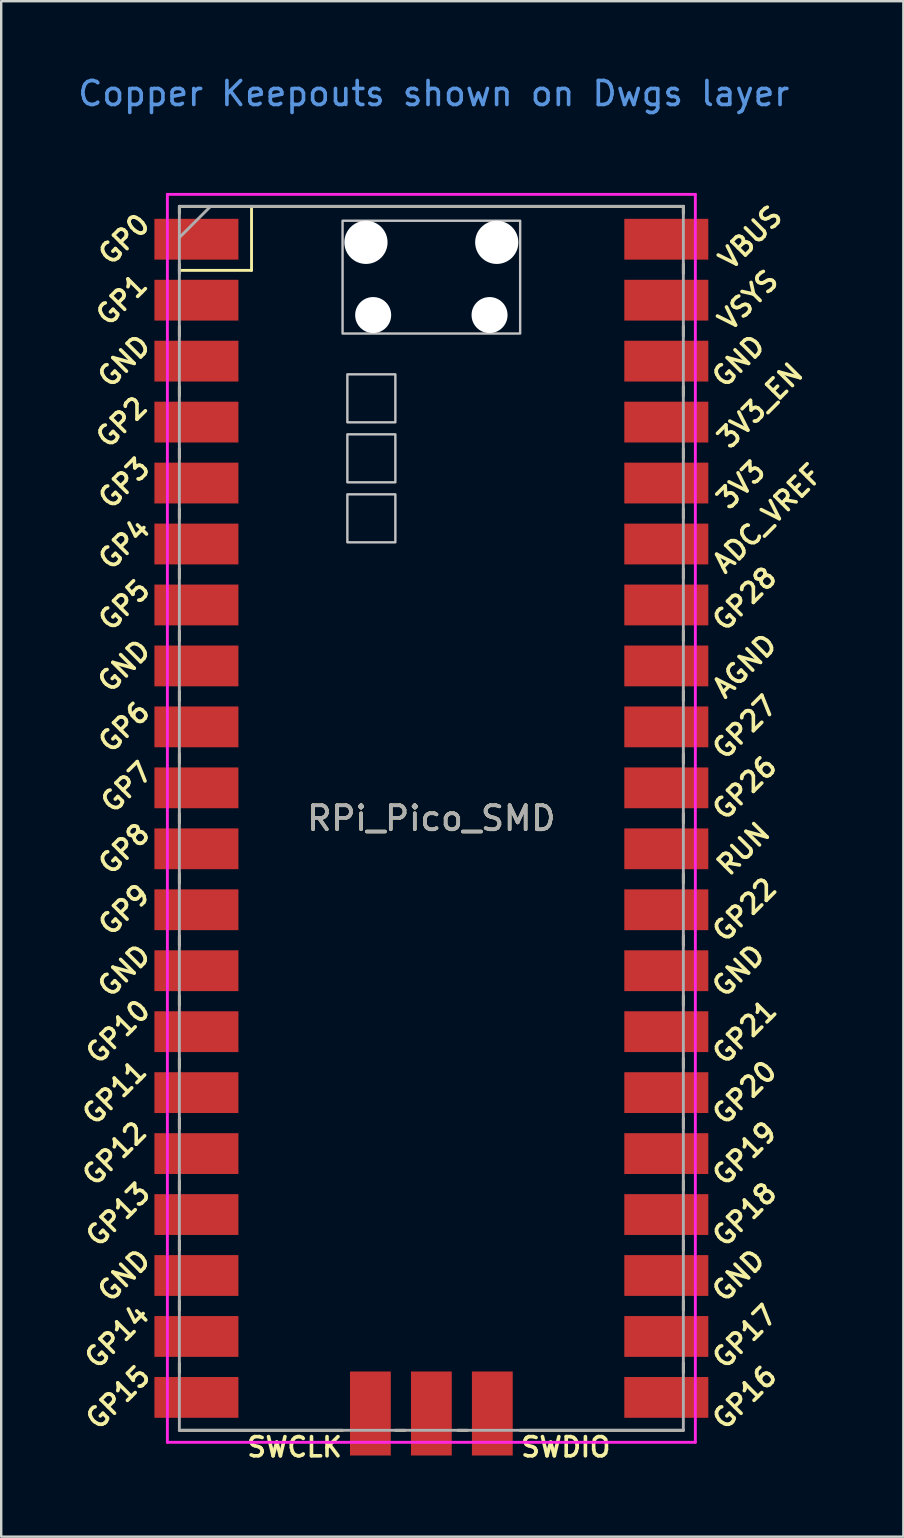
<source format=kicad_pcb>
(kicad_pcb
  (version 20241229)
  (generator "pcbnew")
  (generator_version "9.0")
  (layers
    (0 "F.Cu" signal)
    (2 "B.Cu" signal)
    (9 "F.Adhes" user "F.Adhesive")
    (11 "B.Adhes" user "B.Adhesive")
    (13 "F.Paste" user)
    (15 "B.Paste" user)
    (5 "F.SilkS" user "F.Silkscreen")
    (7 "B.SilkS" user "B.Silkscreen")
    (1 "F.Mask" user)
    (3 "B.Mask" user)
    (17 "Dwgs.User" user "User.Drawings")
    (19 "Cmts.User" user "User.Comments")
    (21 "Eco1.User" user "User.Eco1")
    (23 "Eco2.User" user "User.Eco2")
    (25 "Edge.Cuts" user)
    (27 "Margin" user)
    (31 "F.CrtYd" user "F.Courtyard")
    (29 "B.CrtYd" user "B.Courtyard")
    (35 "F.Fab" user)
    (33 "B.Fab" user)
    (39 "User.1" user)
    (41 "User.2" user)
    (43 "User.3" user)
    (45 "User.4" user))
  (footprint "RPi_Pico_SMD"
    (layer "F.Cu")
    (at 14.924 31.048)
    (property "Reference" "RPi_Pico_SMD" (at 0 0 0) (layer "F.SilkS") (effects (font (size 1 1) (thickness 0.15))))
    (attr through_hole)
    (fp_line (start -10.5 -25.5) (end -10.5 -25.2) (stroke (width 0.12) (type solid)) (layer "F.SilkS"))
    (fp_line (start -10.5 -25.5) (end 10.5 -25.5) (stroke (width 0.12) (type solid)) (layer "F.SilkS"))
    (fp_line (start -10.5 -23.1) (end -10.5 -22.7) (stroke (width 0.12) (type solid)) (layer "F.SilkS"))
    (fp_line (start -10.5 -22.833) (end -7.493 -22.833) (stroke (width 0.12) (type solid)) (layer "F.SilkS"))
    (fp_line (start -10.5 -20.5) (end -10.5 -20.1) (stroke (width 0.12) (type solid)) (layer "F.SilkS"))
    (fp_line (start -10.5 -18) (end -10.5 -17.6) (stroke (width 0.12) (type solid)) (layer "F.SilkS"))
    (fp_line (start -10.5 -15.4) (end -10.5 -15) (stroke (width 0.12) (type solid)) (layer "F.SilkS"))
    (fp_line (start -10.5 -12.9) (end -10.5 -12.5) (stroke (width 0.12) (type solid)) (layer "F.SilkS"))
    (fp_line (start -10.5 -10.4) (end -10.5 -10) (stroke (width 0.12) (type solid)) (layer "F.SilkS"))
    (fp_line (start -10.5 -7.8) (end -10.5 -7.4) (stroke (width 0.12) (type solid)) (layer "F.SilkS"))
    (fp_line (start -10.5 -5.3) (end -10.5 -4.9) (stroke (width 0.12) (type solid)) (layer "F.SilkS"))
    (fp_line (start -10.5 -2.7) (end -10.5 -2.3) (stroke (width 0.12) (type solid)) (layer "F.SilkS"))
    (fp_line (start -10.5 -0.2) (end -10.5 0.2) (stroke (width 0.12) (type solid)) (layer "F.SilkS"))
    (fp_line (start -10.5 2.3) (end -10.5 2.7) (stroke (width 0.12) (type solid)) (layer "F.SilkS"))
    (fp_line (start -10.5 4.9) (end -10.5 5.3) (stroke (width 0.12) (type solid)) (layer "F.SilkS"))
    (fp_line (start -10.5 7.4) (end -10.5 7.8) (stroke (width 0.12) (type solid)) (layer "F.SilkS"))
    (fp_line (start -10.5 10) (end -10.5 10.4) (stroke (width 0.12) (type solid)) (layer "F.SilkS"))
    (fp_line (start -10.5 12.5) (end -10.5 12.9) (stroke (width 0.12) (type solid)) (layer "F.SilkS"))
    (fp_line (start -10.5 15.1) (end -10.5 15.5) (stroke (width 0.12) (type solid)) (layer "F.SilkS"))
    (fp_line (start -10.5 17.6) (end -10.5 18) (stroke (width 0.12) (type solid)) (layer "F.SilkS"))
    (fp_line (start -10.5 20.1) (end -10.5 20.5) (stroke (width 0.12) (type solid)) (layer "F.SilkS"))
    (fp_line (start -10.5 22.7) (end -10.5 23.1) (stroke (width 0.12) (type solid)) (layer "F.SilkS"))
    (fp_line (start -7.493 -22.833) (end -7.493 -25.5) (stroke (width 0.12) (type solid)) (layer "F.SilkS"))
    (fp_line (start -3.7 25.5) (end -10.5 25.5) (stroke (width 0.12) (type solid)) (layer "F.SilkS"))
    (fp_line (start -1.5 25.5) (end -1.1 25.5) (stroke (width 0.12) (type solid)) (layer "F.SilkS"))
    (fp_line (start 1.1 25.5) (end 1.5 25.5) (stroke (width 0.12) (type solid)) (layer "F.SilkS"))
    (fp_line (start 10.5 -25.5) (end 10.5 -25.2) (stroke (width 0.12) (type solid)) (layer "F.SilkS"))
    (fp_line (start 10.5 -23.1) (end 10.5 -22.7) (stroke (width 0.12) (type solid)) (layer "F.SilkS"))
    (fp_line (start 10.5 -20.5) (end 10.5 -20.1) (stroke (width 0.12) (type solid)) (layer "F.SilkS"))
    (fp_line (start 10.5 -18) (end 10.5 -17.6) (stroke (width 0.12) (type solid)) (layer "F.SilkS"))
    (fp_line (start 10.5 -15.4) (end 10.5 -15) (stroke (width 0.12) (type solid)) (layer "F.SilkS"))
    (fp_line (start 10.5 -12.9) (end 10.5 -12.5) (stroke (width 0.12) (type solid)) (layer "F.SilkS"))
    (fp_line (start 10.5 -10.4) (end 10.5 -10) (stroke (width 0.12) (type solid)) (layer "F.SilkS"))
    (fp_line (start 10.5 -7.8) (end 10.5 -7.4) (stroke (width 0.12) (type solid)) (layer "F.SilkS"))
    (fp_line (start 10.5 -5.3) (end 10.5 -4.9) (stroke (width 0.12) (type solid)) (layer "F.SilkS"))
    (fp_line (start 10.5 -2.7) (end 10.5 -2.3) (stroke (width 0.12) (type solid)) (layer "F.SilkS"))
    (fp_line (start 10.5 -0.2) (end 10.5 0.2) (stroke (width 0.12) (type solid)) (layer "F.SilkS"))
    (fp_line (start 10.5 2.3) (end 10.5 2.7) (stroke (width 0.12) (type solid)) (layer "F.SilkS"))
    (fp_line (start 10.5 4.9) (end 10.5 5.3) (stroke (width 0.12) (type solid)) (layer "F.SilkS"))
    (fp_line (start 10.5 7.4) (end 10.5 7.8) (stroke (width 0.12) (type solid)) (layer "F.SilkS"))
    (fp_line (start 10.5 10) (end 10.5 10.4) (stroke (width 0.12) (type solid)) (layer "F.SilkS"))
    (fp_line (start 10.5 12.5) (end 10.5 12.9) (stroke (width 0.12) (type solid)) (layer "F.SilkS"))
    (fp_line (start 10.5 15.1) (end 10.5 15.5) (stroke (width 0.12) (type solid)) (layer "F.SilkS"))
    (fp_line (start 10.5 17.6) (end 10.5 18) (stroke (width 0.12) (type solid)) (layer "F.SilkS"))
    (fp_line (start 10.5 20.1) (end 10.5 20.5) (stroke (width 0.12) (type solid)) (layer "F.SilkS"))
    (fp_line (start 10.5 22.7) (end 10.5 23.1) (stroke (width 0.12) (type solid)) (layer "F.SilkS"))
    (fp_line (start 10.5 25.5) (end 3.7 25.5) (stroke (width 0.12) (type solid)) (layer "F.SilkS"))
    (fp_poly (pts (xy -1.5 -16.5) (xy -3.5 -16.5) (xy -3.5 -18.5) (xy -1.5 -18.5)) (stroke (width 0.1) (type solid)) (fill no) (layer "Dwgs.User"))
    (fp_poly (pts (xy -1.5 -14) (xy -3.5 -14) (xy -3.5 -16) (xy -1.5 -16)) (stroke (width 0.1) (type solid)) (fill no) (layer "Dwgs.User"))
    (fp_poly (pts (xy -1.5 -11.5) (xy -3.5 -11.5) (xy -3.5 -13.5) (xy -1.5 -13.5)) (stroke (width 0.1) (type solid)) (fill no) (layer "Dwgs.User"))
    (fp_poly (pts (xy 3.7 -20.2) (xy -3.7 -20.2) (xy -3.7 -24.9) (xy 3.7 -24.9)) (stroke (width 0.1) (type solid)) (fill no) (layer "Dwgs.User"))
    (fp_line (start -11 -26) (end 11 -26) (stroke (width 0.12) (type solid)) (layer "F.CrtYd"))
    (fp_line (start -11 26) (end -11 -26) (stroke (width 0.12) (type solid)) (layer "F.CrtYd"))
    (fp_line (start 11 -26) (end 11 26) (stroke (width 0.12) (type solid)) (layer "F.CrtYd"))
    (fp_line (start 11 26) (end -11 26) (stroke (width 0.12) (type solid)) (layer "F.CrtYd"))
    (fp_line (start -10.5 -25.5) (end 10.5 -25.5) (stroke (width 0.12) (type solid)) (layer "F.Fab"))
    (fp_line (start -10.5 -24.2) (end -9.2 -25.5) (stroke (width 0.12) (type solid)) (layer "F.Fab"))
    (fp_line (start -10.5 25.5) (end -10.5 -25.5) (stroke (width 0.12) (type solid)) (layer "F.Fab"))
    (fp_line (start 10.5 -25.5) (end 10.5 25.5) (stroke (width 0.12) (type solid)) (layer "F.Fab"))
    (fp_line (start 10.5 25.5) (end -10.5 25.5) (stroke (width 0.12) (type solid)) (layer "F.Fab"))
    (fp_text user "GP21" (at 13.054 8.9 45) (layer "F.SilkS") (effects (font (size 0.8 0.8) (thickness 0.15))))
    (fp_text user "GP6" (at -12.8 -3.81 45) (layer "F.SilkS") (effects (font (size 0.8 0.8) (thickness 0.15))))
    (fp_text user "SWDIO" (at 5.6 26.2 0) (layer "F.SilkS") (effects (font (size 0.8 0.8) (thickness 0.15))))
    (fp_text user "GP20" (at 13.054 11.43 45) (layer "F.SilkS") (effects (font (size 0.8 0.8) (thickness 0.15))))
    (fp_text user "3V3_EN" (at 13.7 -17.2 45) (layer "F.SilkS") (effects (font (size 0.8 0.8) (thickness 0.15))))
    (fp_text user "VSYS" (at 13.2 -21.59 45) (layer "F.SilkS") (effects (font (size 0.8 0.8) (thickness 0.15))))
    (fp_text user "GP14" (at -13.1 21.59 45) (layer "F.SilkS") (effects (font (size 0.8 0.8) (thickness 0.15))))
    (fp_text user "3V3" (at 12.9 -13.9 45) (layer "F.SilkS") (effects (font (size 0.8 0.8) (thickness 0.15))))
    (fp_text user "SWCLK" (at -5.7 26.2 0) (layer "F.SilkS") (effects (font (size 0.8 0.8) (thickness 0.15))))
    (fp_text user "GP12" (at -13.2 13.97 45) (layer "F.SilkS") (effects (font (size 0.8 0.8) (thickness 0.15))))
    (fp_text user "GP0" (at -12.8 -24.13 45) (layer "F.SilkS") (effects (font (size 0.8 0.8) (thickness 0.15))))
    (fp_text user "GP7" (at -12.7 -1.3 45) (layer "F.SilkS") (effects (font (size 0.8 0.8) (thickness 0.15))))
    (fp_text user "GP16" (at 13.054 24.13 45) (layer "F.SilkS") (effects (font (size 0.8 0.8) (thickness 0.15))))
    (fp_text user "GND" (at -12.8 6.35 45) (layer "F.SilkS") (effects (font (size 0.8 0.8) (thickness 0.15))))
    (fp_text user "GP9" (at -12.8 3.81 45) (layer "F.SilkS") (effects (font (size 0.8 0.8) (thickness 0.15))))
    (fp_text user "GND" (at 12.8 19.05 45) (layer "F.SilkS") (effects (font (size 0.8 0.8) (thickness 0.15))))
    (fp_text user "GND" (at -12.8 -6.35 45) (layer "F.SilkS") (effects (font (size 0.8 0.8) (thickness 0.15))))
    (fp_text user "GP28" (at 13.054 -9.144 45) (layer "F.SilkS") (effects (font (size 0.8 0.8) (thickness 0.15))))
    (fp_text user "GP11" (at -13.2 11.43 45) (layer "F.SilkS") (effects (font (size 0.8 0.8) (thickness 0.15))))
    (fp_text user "RUN" (at 13 1.27 45) (layer "F.SilkS") (effects (font (size 0.8 0.8) (thickness 0.15))))
    (fp_text user "GP5" (at -12.8 -8.89 45) (layer "F.SilkS") (effects (font (size 0.8 0.8) (thickness 0.15))))
    (fp_text user "GND" (at -12.8 -19.05 45) (layer "F.SilkS") (effects (font (size 0.8 0.8) (thickness 0.15))))
    (fp_text user "GP4" (at -12.8 -11.43 45) (layer "F.SilkS") (effects (font (size 0.8 0.8) (thickness 0.15))))
    (fp_text user "GP1" (at -12.9 -21.6 45) (layer "F.SilkS") (effects (font (size 0.8 0.8) (thickness 0.15))))
    (fp_text user "GP22" (at 13.054 3.81 45) (layer "F.SilkS") (effects (font (size 0.8 0.8) (thickness 0.15))))
    (fp_text user "ADC_VREF" (at 14 -12.5 45) (layer "F.SilkS") (effects (font (size 0.8 0.8) (thickness 0.15))))
    (fp_text user "GP27" (at 13.054 -3.8 45) (layer "F.SilkS") (effects (font (size 0.8 0.8) (thickness 0.15))))
    (fp_text user "GP15" (at -13.054 24.13 45) (layer "F.SilkS") (effects (font (size 0.8 0.8) (thickness 0.15))))
    (fp_text user "GND" (at 12.8 6.35 45) (layer "F.SilkS") (effects (font (size 0.8 0.8) (thickness 0.15))))
    (fp_text user "GND" (at 12.8 -19.05 45) (layer "F.SilkS") (effects (font (size 0.8 0.8) (thickness 0.15))))
    (fp_text user "AGND" (at 13.054 -6.35 45) (layer "F.SilkS") (effects (font (size 0.8 0.8) (thickness 0.15))))
    (fp_text user "VBUS" (at 13.3 -24.2 45) (layer "F.SilkS") (effects (font (size 0.8 0.8) (thickness 0.15))))
    (fp_text user "GP17" (at 13.054 21.59 45) (layer "F.SilkS") (effects (font (size 0.8 0.8) (thickness 0.15))))
    (fp_text user "GND" (at -12.8 19.05 45) (layer "F.SilkS") (effects (font (size 0.8 0.8) (thickness 0.15))))
    (fp_text user "GP18" (at 13.054 16.51 45) (layer "F.SilkS") (effects (font (size 0.8 0.8) (thickness 0.15))))
    (fp_text user "GP8" (at -12.8 1.27 45) (layer "F.SilkS") (effects (font (size 0.8 0.8) (thickness 0.15))))
    (fp_text user "GP13" (at -13.054 16.51 45) (layer "F.SilkS") (effects (font (size 0.8 0.8) (thickness 0.15))))
    (fp_text user "GP3" (at -12.8 -13.97 45) (layer "F.SilkS") (effects (font (size 0.8 0.8) (thickness 0.15))))
    (fp_text user "GP10" (at -13.054 8.89 45) (layer "F.SilkS") (effects (font (size 0.8 0.8) (thickness 0.15))))
    (fp_text user "GP19" (at 13.054 13.97 45) (layer "F.SilkS") (effects (font (size 0.8 0.8) (thickness 0.15))))
    (fp_text user "GP2" (at -12.9 -16.51 45) (layer "F.SilkS") (effects (font (size 0.8 0.8) (thickness 0.15))))
    (fp_text user "GP26" (at 13.054 -1.27 45) (layer "F.SilkS") (effects (font (size 0.8 0.8) (thickness 0.15))))
    (fp_text user "Copper Keepouts shown on Dwgs layer" (at 0.1 -30.2 0) (layer "Cmts.User") (effects (font (size 1 1) (thickness 0.15))))
    (fp_text user "${REFERENCE}" (at 0 0 180) (layer "F.Fab") (effects (font (size 1 1) (thickness 0.15))))
    (pad "" np_thru_hole oval (at -2.725 -24) (size 1.8 1.8) (drill 1.8) (layers "*.Cu" "*.Mask"))
    (pad "" np_thru_hole oval (at -2.425 -20.97) (size 1.5 1.5) (drill 1.5) (layers "*.Cu" "*.Mask"))
    (pad "" np_thru_hole oval (at 2.425 -20.97) (size 1.5 1.5) (drill 1.5) (layers "*.Cu" "*.Mask"))
    (pad "" np_thru_hole oval (at 2.725 -24) (size 1.8 1.8) (drill 1.8) (layers "*.Cu" "*.Mask"))
    (pad "1" smd rect (at -8.89 -24.13) (size 3.5 1.7) (drill (offset -0.9 0)) (layers "F.Cu" "F.Mask" "F.Paste"))
    (pad "2" smd rect (at -8.89 -21.59) (size 3.5 1.7) (drill (offset -0.9 0)) (layers "F.Cu" "F.Mask" "F.Paste"))
    (pad "3" smd rect (at -8.89 -19.05) (size 3.5 1.7) (drill (offset -0.9 0)) (layers "F.Cu" "F.Mask" "F.Paste"))
    (pad "4" smd rect (at -8.89 -16.51) (size 3.5 1.7) (drill (offset -0.9 0)) (layers "F.Cu" "F.Mask" "F.Paste"))
    (pad "5" smd rect (at -8.89 -13.97) (size 3.5 1.7) (drill (offset -0.9 0)) (layers "F.Cu" "F.Mask" "F.Paste"))
    (pad "6" smd rect (at -8.89 -11.43) (size 3.5 1.7) (drill (offset -0.9 0)) (layers "F.Cu" "F.Mask" "F.Paste"))
    (pad "7" smd rect (at -8.89 -8.89) (size 3.5 1.7) (drill (offset -0.9 0)) (layers "F.Cu" "F.Mask" "F.Paste"))
    (pad "8" smd rect (at -8.89 -6.35) (size 3.5 1.7) (drill (offset -0.9 0)) (layers "F.Cu" "F.Mask" "F.Paste"))
    (pad "9" smd rect (at -8.89 -3.81) (size 3.5 1.7) (drill (offset -0.9 0)) (layers "F.Cu" "F.Mask" "F.Paste"))
    (pad "10" smd rect (at -8.89 -1.27) (size 3.5 1.7) (drill (offset -0.9 0)) (layers "F.Cu" "F.Mask" "F.Paste"))
    (pad "11" smd rect (at -8.89 1.27) (size 3.5 1.7) (drill (offset -0.9 0)) (layers "F.Cu" "F.Mask" "F.Paste"))
    (pad "12" smd rect (at -8.89 3.81) (size 3.5 1.7) (drill (offset -0.9 0)) (layers "F.Cu" "F.Mask" "F.Paste"))
    (pad "13" smd rect (at -8.89 6.35) (size 3.5 1.7) (drill (offset -0.9 0)) (layers "F.Cu" "F.Mask" "F.Paste"))
    (pad "14" smd rect (at -8.89 8.89) (size 3.5 1.7) (drill (offset -0.9 0)) (layers "F.Cu" "F.Mask" "F.Paste"))
    (pad "15" smd rect (at -8.89 11.43) (size 3.5 1.7) (drill (offset -0.9 0)) (layers "F.Cu" "F.Mask" "F.Paste"))
    (pad "16" smd rect (at -8.89 13.97) (size 3.5 1.7) (drill (offset -0.9 0)) (layers "F.Cu" "F.Mask" "F.Paste"))
    (pad "17" smd rect (at -8.89 16.51) (size 3.5 1.7) (drill (offset -0.9 0)) (layers "F.Cu" "F.Mask" "F.Paste"))
    (pad "18" smd rect (at -8.89 19.05) (size 3.5 1.7) (drill (offset -0.9 0)) (layers "F.Cu" "F.Mask" "F.Paste"))
    (pad "19" smd rect (at -8.89 21.59) (size 3.5 1.7) (drill (offset -0.9 0)) (layers "F.Cu" "F.Mask" "F.Paste"))
    (pad "20" smd rect (at -8.89 24.13) (size 3.5 1.7) (drill (offset -0.9 0)) (layers "F.Cu" "F.Mask" "F.Paste"))
    (pad "21" smd rect (at 8.89 24.13) (size 3.5 1.7) (drill (offset 0.9 0)) (layers "F.Cu" "F.Mask" "F.Paste"))
    (pad "22" smd rect (at 8.89 21.59) (size 3.5 1.7) (drill (offset 0.9 0)) (layers "F.Cu" "F.Mask" "F.Paste"))
    (pad "23" smd rect (at 8.89 19.05) (size 3.5 1.7) (drill (offset 0.9 0)) (layers "F.Cu" "F.Mask" "F.Paste"))
    (pad "24" smd rect (at 8.89 16.51) (size 3.5 1.7) (drill (offset 0.9 0)) (layers "F.Cu" "F.Mask" "F.Paste"))
    (pad "25" smd rect (at 8.89 13.97) (size 3.5 1.7) (drill (offset 0.9 0)) (layers "F.Cu" "F.Mask" "F.Paste"))
    (pad "26" smd rect (at 8.89 11.43) (size 3.5 1.7) (drill (offset 0.9 0)) (layers "F.Cu" "F.Mask" "F.Paste"))
    (pad "27" smd rect (at 8.89 8.89) (size 3.5 1.7) (drill (offset 0.9 0)) (layers "F.Cu" "F.Mask" "F.Paste"))
    (pad "28" smd rect (at 8.89 6.35) (size 3.5 1.7) (drill (offset 0.9 0)) (layers "F.Cu" "F.Mask" "F.Paste"))
    (pad "29" smd rect (at 8.89 3.81) (size 3.5 1.7) (drill (offset 0.9 0)) (layers "F.Cu" "F.Mask" "F.Paste"))
    (pad "30" smd rect (at 8.89 1.27) (size 3.5 1.7) (drill (offset 0.9 0)) (layers "F.Cu" "F.Mask" "F.Paste"))
    (pad "31" smd rect (at 8.89 -1.27) (size 3.5 1.7) (drill (offset 0.9 0)) (layers "F.Cu" "F.Mask" "F.Paste"))
    (pad "32" smd rect (at 8.89 -3.81) (size 3.5 1.7) (drill (offset 0.9 0)) (layers "F.Cu" "F.Mask" "F.Paste"))
    (pad "33" smd rect (at 8.89 -6.35) (size 3.5 1.7) (drill (offset 0.9 0)) (layers "F.Cu" "F.Mask" "F.Paste"))
    (pad "34" smd rect (at 8.89 -8.89) (size 3.5 1.7) (drill (offset 0.9 0)) (layers "F.Cu" "F.Mask" "F.Paste"))
    (pad "35" smd rect (at 8.89 -11.43) (size 3.5 1.7) (drill (offset 0.9 0)) (layers "F.Cu" "F.Mask" "F.Paste"))
    (pad "36" smd rect (at 8.89 -13.97) (size 3.5 1.7) (drill (offset 0.9 0)) (layers "F.Cu" "F.Mask" "F.Paste"))
    (pad "37" smd rect (at 8.89 -16.51) (size 3.5 1.7) (drill (offset 0.9 0)) (layers "F.Cu" "F.Mask" "F.Paste"))
    (pad "38" smd rect (at 8.89 -19.05) (size 3.5 1.7) (drill (offset 0.9 0)) (layers "F.Cu" "F.Mask" "F.Paste"))
    (pad "39" smd rect (at 8.89 -21.59) (size 3.5 1.7) (drill (offset 0.9 0)) (layers "F.Cu" "F.Mask" "F.Paste"))
    (pad "40" smd rect (at 8.89 -24.13) (size 3.5 1.7) (drill (offset 0.9 0)) (layers "F.Cu" "F.Mask" "F.Paste"))
    (pad "41" smd rect (at -2.54 23.9 90) (size 3.5 1.7) (drill (offset -0.9 0)) (layers "F.Cu" "F.Mask" "F.Paste"))
    (pad "42" smd rect (at 0 23.9 90) (size 3.5 1.7) (drill (offset -0.9 0)) (layers "F.Cu" "F.Mask" "F.Paste"))
    (pad "43" smd rect (at 2.54 23.9 90) (size 3.5 1.7) (drill (offset -0.9 0)) (layers "F.Cu" "F.Mask" "F.Paste")))
  (gr_rect
    (start -3 -3)
    (end 34.591 60.98)
    (stroke (width 0.1) (type default))
    (fill no)
    (layer "Edge.Cuts")))
</source>
